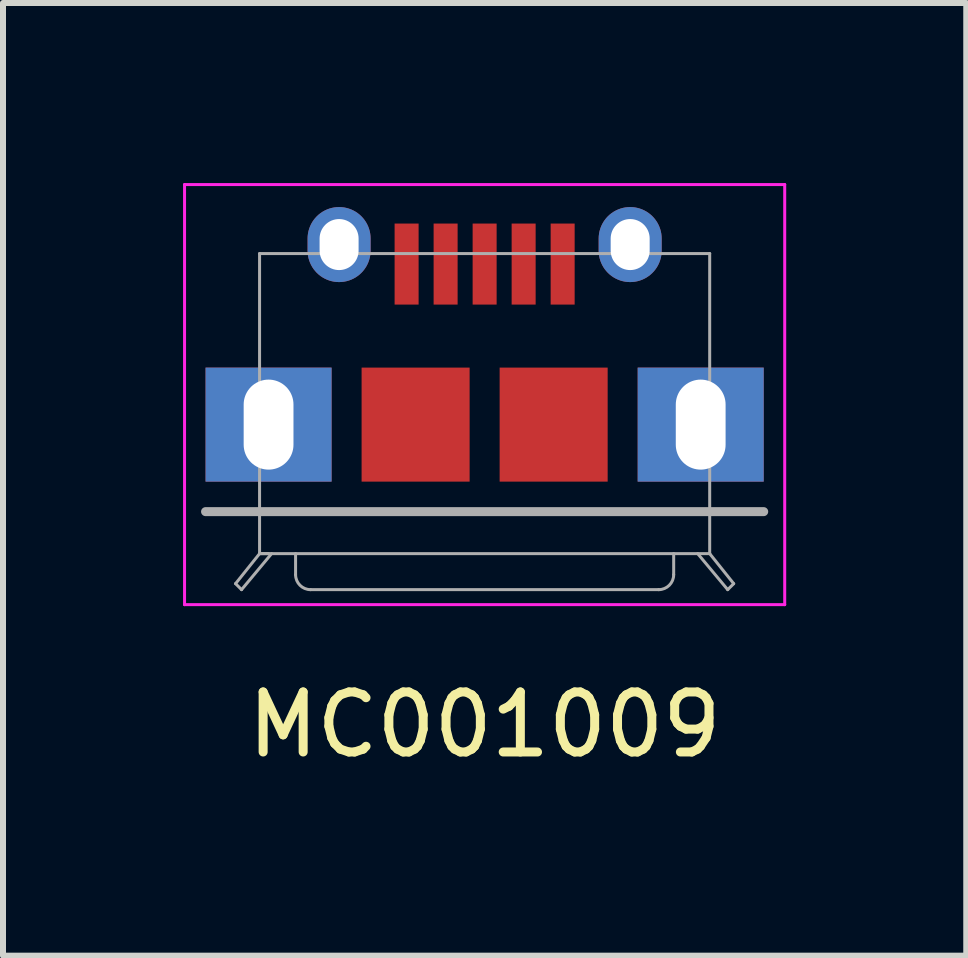
<source format=kicad_pcb>
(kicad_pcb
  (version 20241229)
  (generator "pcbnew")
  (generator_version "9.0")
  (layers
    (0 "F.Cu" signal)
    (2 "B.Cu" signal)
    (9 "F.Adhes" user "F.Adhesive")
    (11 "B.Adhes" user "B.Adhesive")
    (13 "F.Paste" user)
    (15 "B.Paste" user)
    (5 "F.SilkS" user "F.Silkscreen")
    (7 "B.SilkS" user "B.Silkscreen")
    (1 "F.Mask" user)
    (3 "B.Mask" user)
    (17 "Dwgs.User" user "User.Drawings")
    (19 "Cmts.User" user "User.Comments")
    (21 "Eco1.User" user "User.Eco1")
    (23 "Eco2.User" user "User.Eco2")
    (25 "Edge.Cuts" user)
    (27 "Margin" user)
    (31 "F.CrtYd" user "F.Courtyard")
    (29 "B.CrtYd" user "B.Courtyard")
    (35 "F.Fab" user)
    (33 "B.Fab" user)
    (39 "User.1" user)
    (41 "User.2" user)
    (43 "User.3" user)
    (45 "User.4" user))
  (footprint "MC001009"
    (layer "F.Cu")
    (at 5.025 4.025)
    (property "Reference" "MC001009" (at 0 5 0) (layer "F.SilkS") (effects (font (size 1 1) (thickness 0.15))))
    (attr through_hole)
    (fp_line (start -5 -4) (end 5 -4) (stroke (width 0.05) (type solid)) (layer "F.CrtYd"))
    (fp_line (start -5 3) (end -5 -4) (stroke (width 0.05) (type solid)) (layer "F.CrtYd"))
    (fp_line (start 5 -4) (end 5 3) (stroke (width 0.05) (type solid)) (layer "F.CrtYd"))
    (fp_line (start 5 3) (end -5 3) (stroke (width 0.05) (type solid)) (layer "F.CrtYd"))
    (fp_line (start -4.65 1.45) (end 4.65 1.45) (stroke (width 0.15) (type solid)) (layer "F.Fab"))
    (fp_line (start -4.15 2.65) (end -4.05 2.75) (stroke (width 0.05) (type solid)) (layer "F.Fab"))
    (fp_line (start -4.05 2.75) (end -3.55 2.15) (stroke (width 0.05) (type solid)) (layer "F.Fab"))
    (fp_line (start -3.75 -2.85) (end 3.75 -2.85) (stroke (width 0.05) (type solid)) (layer "F.Fab"))
    (fp_line (start -3.75 2.15) (end -4.15 2.65) (stroke (width 0.05) (type solid)) (layer "F.Fab"))
    (fp_line (start -3.75 2.15) (end -3.75 -2.85) (stroke (width 0.05) (type solid)) (layer "F.Fab"))
    (fp_line (start -3.6 2.15) (end -3.75 2.15) (stroke (width 0.05) (type solid)) (layer "F.Fab"))
    (fp_line (start -3.15 2.15) (end -3.15 2.5) (stroke (width 0.05) (type solid)) (layer "F.Fab"))
    (fp_line (start -2.9 2.75) (end 2.9 2.75) (stroke (width 0.05) (type solid)) (layer "F.Fab"))
    (fp_line (start 3.15 2.5) (end 3.15 2.15) (stroke (width 0.05) (type solid)) (layer "F.Fab"))
    (fp_line (start 3.75 -2.85) (end 3.75 2.15) (stroke (width 0.05) (type solid)) (layer "F.Fab"))
    (fp_line (start 3.75 2.15) (end -3.75 2.15) (stroke (width 0.05) (type solid)) (layer "F.Fab"))
    (fp_line (start 3.75 2.15) (end 4.15 2.65) (stroke (width 0.05) (type solid)) (layer "F.Fab"))
    (fp_line (start 4.05 2.75) (end 3.55 2.15) (stroke (width 0.05) (type solid)) (layer "F.Fab"))
    (fp_line (start 4.15 2.65) (end 4.05 2.75) (stroke (width 0.05) (type solid)) (layer "F.Fab"))
    (fp_arc (start -2.9 2.75) (mid -3.076777 2.676777) (end -3.15 2.5) (stroke (width 0.05) (type solid)) (layer "F.Fab"))
    (fp_arc (start 3.15 2.5) (mid 3.076777 2.676777) (end 2.9 2.75) (stroke (width 0.05) (type solid)) (layer "F.Fab"))
    (pad "1" smd rect (at -1.3 -2.675) (size 0.4 1.35) (layers "F.Cu" "F.Mask" "F.Paste"))
    (pad "2" smd rect (at -0.65 -2.675) (size 0.4 1.35) (layers "F.Cu" "F.Mask" "F.Paste"))
    (pad "3" smd rect (at 0 -2.675) (size 0.4 1.35) (layers "F.Cu" "F.Mask" "F.Paste"))
    (pad "4" smd rect (at 0.65 -2.675) (size 0.4 1.35) (layers "F.Cu" "F.Mask" "F.Paste"))
    (pad "5" smd rect (at 1.3 -2.675) (size 0.4 1.35) (layers "F.Cu" "F.Mask" "F.Paste"))
    (pad "S" thru_hole rect (at -3.6 0) (size 2.1 1.9) (drill oval 0.83 1.5) (layers "*.Cu" "*.Mask"))
    (pad "S" thru_hole oval (at -2.425 -3) (size 1.05 1.25) (drill oval 0.65 0.85) (layers "*.Cu" "*.Mask"))
    (pad "S" smd rect (at -1.15 0) (size 1.8 1.9) (layers "F.Cu" "F.Mask" "F.Paste"))
    (pad "S" smd rect (at 1.15 0) (size 1.8 1.9) (layers "F.Cu" "F.Mask" "F.Paste"))
    (pad "S" thru_hole oval (at 2.425 -3) (size 1.05 1.25) (drill oval 0.65 0.85) (layers "*.Cu" "*.Mask"))
    (pad "S" thru_hole rect (at 3.6 0) (size 2.1 1.9) (drill oval 0.83 1.5) (layers "*.Cu" "*.Mask")))
  (gr_rect
    (start -3 -3)
    (end 13.05 12.873)
    (stroke (width 0.1) (type default))
    (fill no)
    (layer "Edge.Cuts")))
</source>
